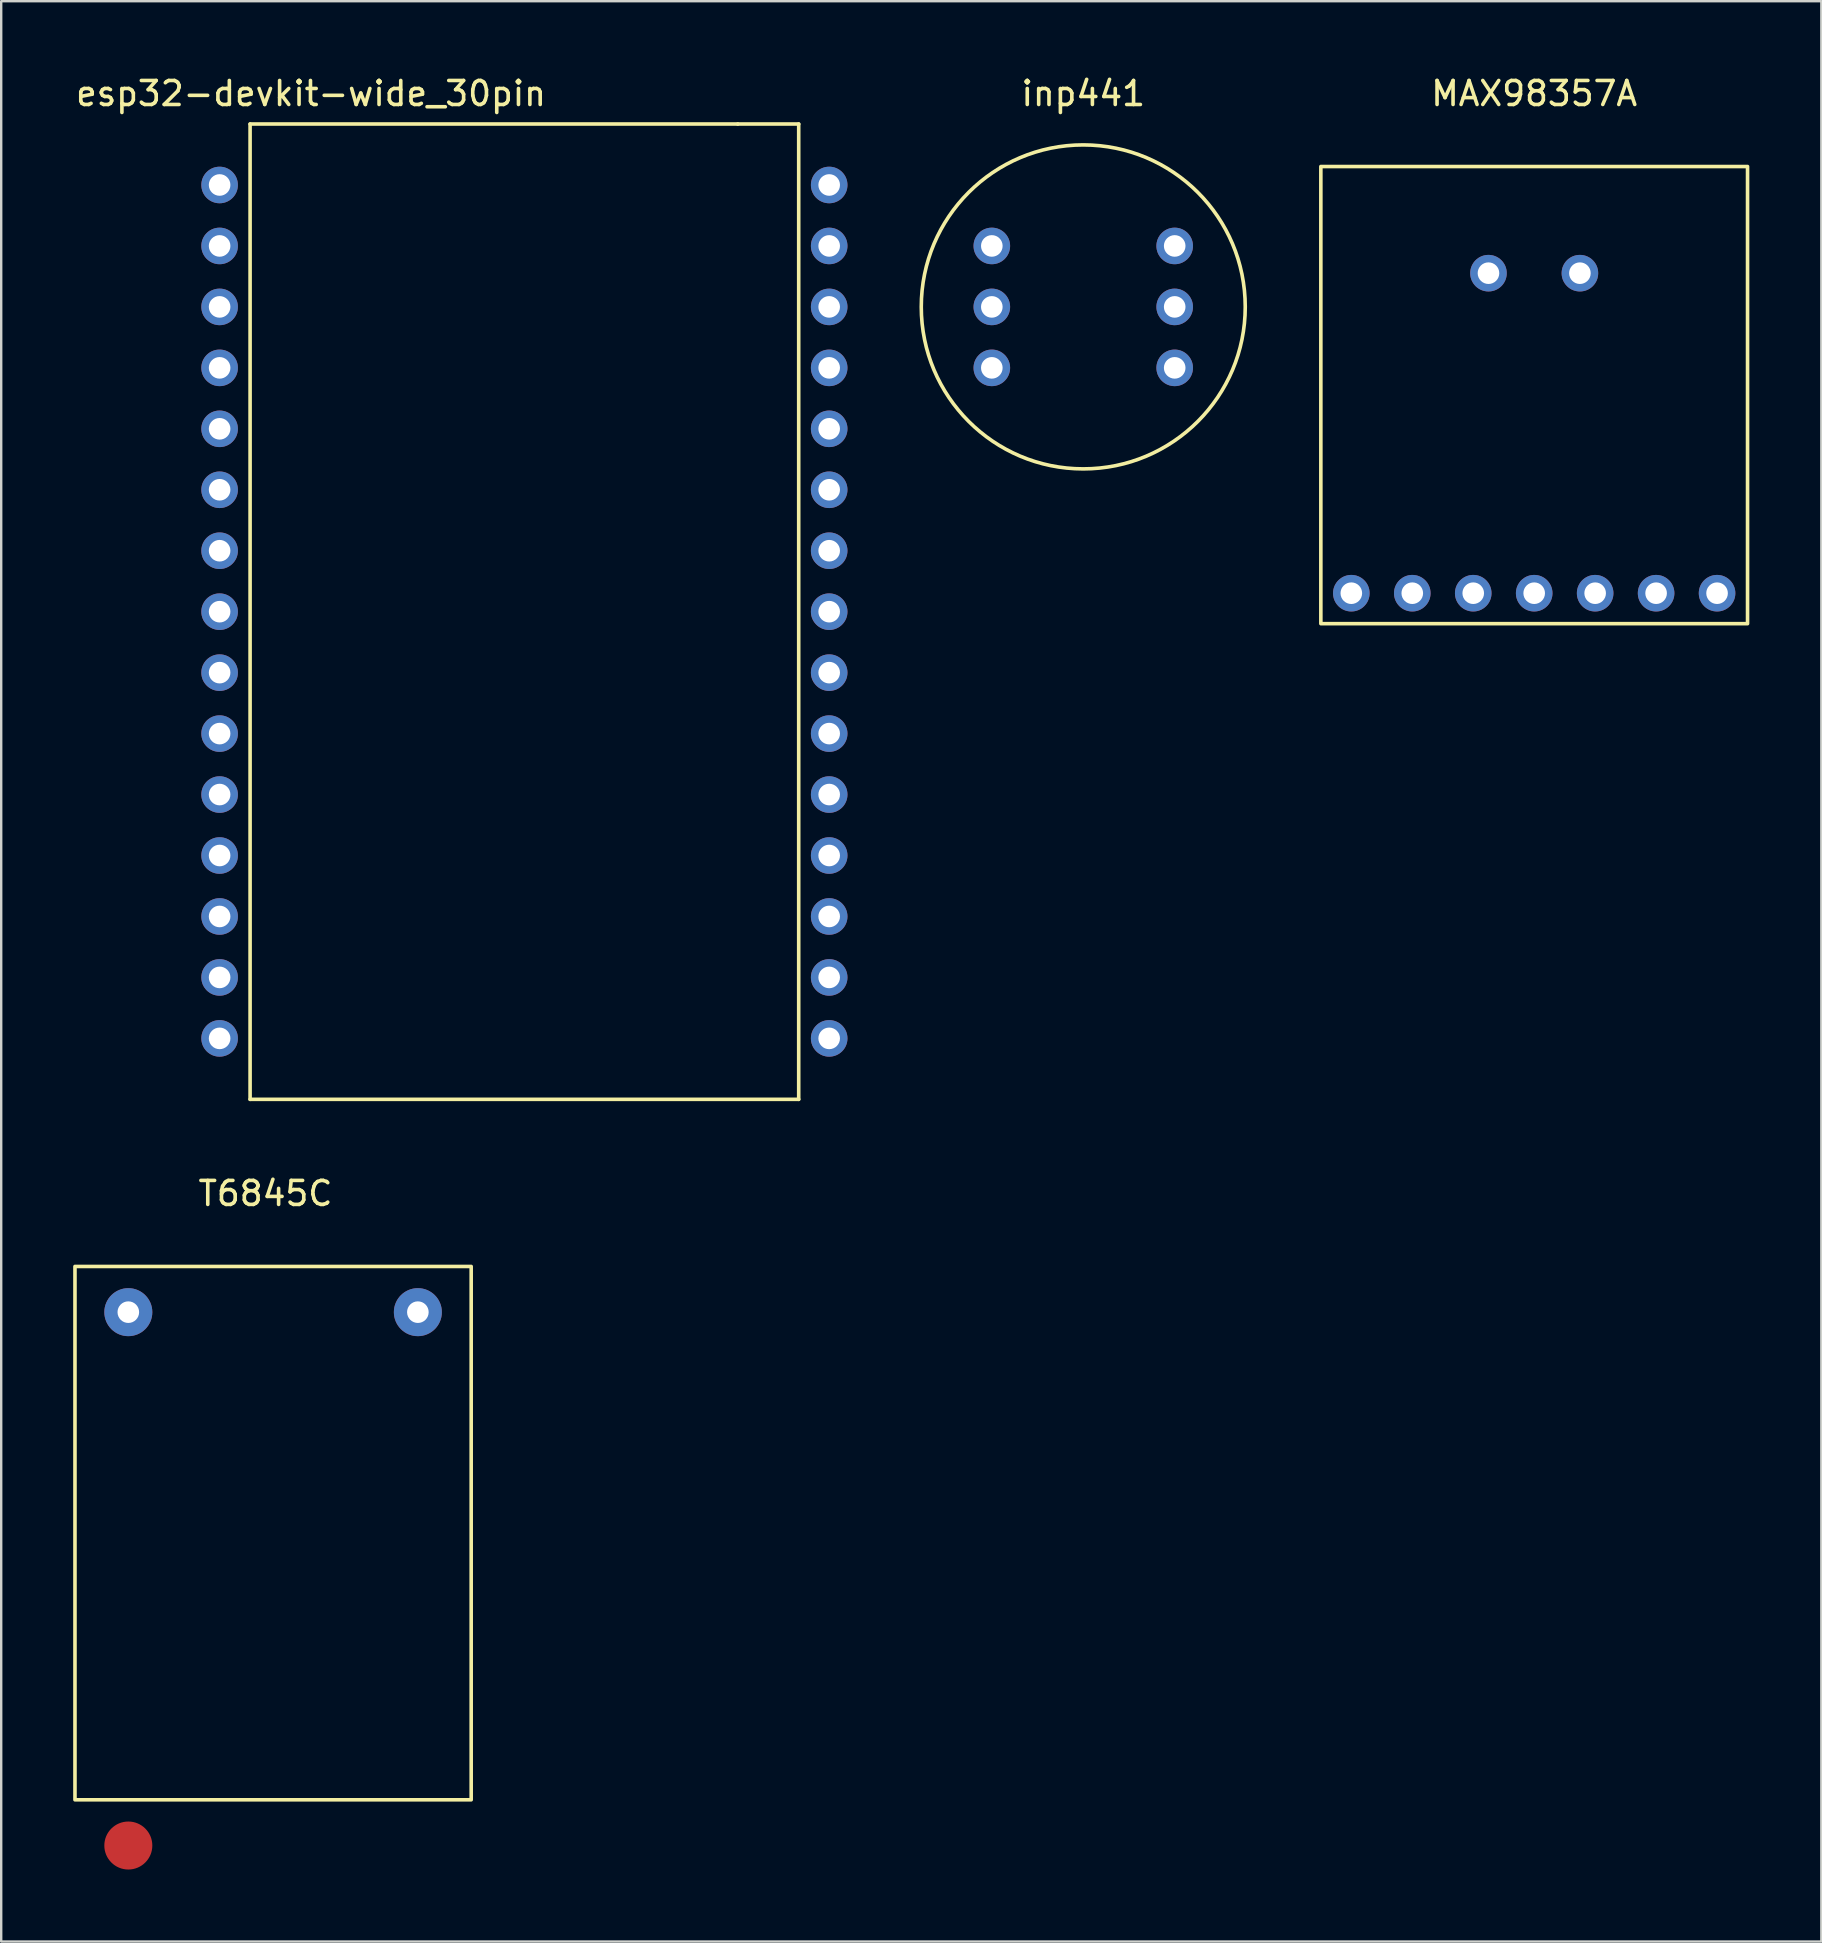
<source format=kicad_pcb>
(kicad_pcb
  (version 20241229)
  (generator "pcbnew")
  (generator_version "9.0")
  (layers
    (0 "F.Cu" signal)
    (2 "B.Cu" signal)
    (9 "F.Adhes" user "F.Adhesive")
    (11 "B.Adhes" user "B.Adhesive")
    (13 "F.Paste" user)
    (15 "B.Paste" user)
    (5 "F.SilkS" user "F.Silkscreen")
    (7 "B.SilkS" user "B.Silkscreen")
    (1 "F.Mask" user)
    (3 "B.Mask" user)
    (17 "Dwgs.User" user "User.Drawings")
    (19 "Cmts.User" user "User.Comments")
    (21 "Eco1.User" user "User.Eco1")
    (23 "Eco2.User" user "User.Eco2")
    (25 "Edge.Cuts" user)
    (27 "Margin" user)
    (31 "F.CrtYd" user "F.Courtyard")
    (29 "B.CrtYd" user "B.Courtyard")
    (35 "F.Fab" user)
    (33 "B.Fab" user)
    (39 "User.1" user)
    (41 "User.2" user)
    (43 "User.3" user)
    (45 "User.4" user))
  (footprint "MAX98357A"
    (layer "F.Cu")
    (at 60.878 1.348)
    (property "Reference" "MAX98357A" (at 0 -0.5 0) (unlocked yes) (layer "F.SilkS") (effects (font (size 1 1) (thickness 0.15))))
    (attr through_hole)
    (fp_rect (start -8.89 21.59) (end 8.89 2.54) (stroke (width 0.15) (type solid)) (fill no) (layer "F.SilkS"))
    (pad "1" thru_hole circle (at -7.62 20.32) (size 1.524 1.524) (drill 0.9) (layers "*.Cu" "*.Mask"))
    (pad "2" thru_hole circle (at -5.08 20.32) (size 1.524 1.524) (drill 0.9) (layers "*.Cu" "*.Mask"))
    (pad "3" thru_hole circle (at -2.54 20.32) (size 1.524 1.524) (drill 0.9) (layers "*.Cu" "*.Mask"))
    (pad "4" thru_hole circle (at 0 20.32) (size 1.524 1.524) (drill 0.9) (layers "*.Cu" "*.Mask"))
    (pad "5" thru_hole circle (at 2.54 20.32) (size 1.524 1.524) (drill 0.9) (layers "*.Cu" "*.Mask"))
    (pad "6" thru_hole circle (at 5.08 20.32) (size 1.524 1.524) (drill 0.9) (layers "*.Cu" "*.Mask"))
    (pad "7" thru_hole circle (at 7.62 20.32) (size 1.524 1.524) (drill 0.9) (layers "*.Cu" "*.Mask"))
    (pad "8" thru_hole circle (at 1.905 6.985) (size 1.524 1.524) (drill 0.9) (layers "*.Cu" "*.Mask"))
    (pad "9" thru_hole circle (at -1.905 6.985) (size 1.524 1.524) (drill 0.9) (layers "*.Cu" "*.Mask")))
  (footprint "T6845C"
    (layer "F.Cu")
    (at 8.012 47.181)
    (property "Reference" "T6845C" (at 0 -0.5 0) (unlocked yes) (layer "F.SilkS") (effects (font (size 1 1) (thickness 0.15))))
    (attr through_hole)
    (fp_rect (start -7.938 2.54) (end 8.572 24.765) (stroke (width 0.15) (type solid)) (fill no) (layer "F.SilkS"))
    (pad "1" thru_hole circle (at -5.715 4.445) (size 2 2) (drill 0.9) (layers "*.Cu" "*.Mask"))
    (pad "2" thru_hole circle (at 6.35 4.445) (size 2 2) (drill 0.9) (layers "*.Cu" "*.Mask"))
    (pad "3" smd circle (at -5.715 26.67) (size 2 2) (layers "F.Cu" "F.Mask" "F.Paste")))
  (footprint "inp441"
    (layer "F.Cu")
    (at 40.818 2.118)
    (property "Reference" "inp441" (at 1.27 -1.27 0) (unlocked yes) (layer "F.SilkS") (effects (font (size 1 1) (thickness 0.15))))
    (attr smd)
    (fp_circle (center 1.27 7.62) (end 8.02 7.62) (stroke (width 0.15) (type solid)) (fill no) (layer "F.SilkS"))
    (pad "1" thru_hole circle (at -2.54 5.08) (size 1.524 1.524) (drill 0.9) (layers "*.Cu" "*.Mask"))
    (pad "2" thru_hole circle (at -2.54 7.62) (size 1.524 1.524) (drill 0.9) (layers "*.Cu" "*.Mask"))
    (pad "3" thru_hole circle (at -2.54 10.16) (size 1.524 1.524) (drill 0.9) (layers "*.Cu" "*.Mask"))
    (pad "4" thru_hole circle (at 5.08 10.16) (size 1.524 1.524) (drill 0.9) (layers "*.Cu" "*.Mask"))
    (pad "5" thru_hole circle (at 5.08 7.62) (size 1.524 1.524) (drill 0.9) (layers "*.Cu" "*.Mask"))
    (pad "6" thru_hole circle (at 5.08 5.08) (size 1.524 1.524) (drill 0.9) (layers "*.Cu" "*.Mask")))
  (footprint "esp32-devkit-wide_30pin"
    (layer "F.Cu")
    (at 21.341 2.118)
    (property "Reference" "esp32-devkit-wide_30pin" (at -11.43 -1.27 0) (layer "F.SilkS") (effects (font (size 1 1) (thickness 0.15))))
    (attr through_hole)
    (fp_line (start -13.97 0) (end -13.97 40.64) (stroke (width 0.15) (type solid)) (layer "F.SilkS"))
    (fp_line (start -13.97 40.64) (end 8.89 40.64) (stroke (width 0.15) (type solid)) (layer "F.SilkS"))
    (fp_line (start 6.35 0) (end -13.97 0) (stroke (width 0.15) (type solid)) (layer "F.SilkS"))
    (fp_line (start 6.35 0) (end 8.89 0) (stroke (width 0.15) (type solid)) (layer "F.SilkS"))
    (fp_line (start 8.89 0) (end 8.89 40.64) (stroke (width 0.15) (type solid)) (layer "F.SilkS"))
    (pad "1" thru_hole circle (at -15.24 2.54) (size 1.524 1.524) (drill 0.9) (layers "*.Cu" "*.Mask"))
    (pad "2" thru_hole circle (at -15.24 5.08) (size 1.524 1.524) (drill 0.9) (layers "*.Cu" "*.Mask"))
    (pad "3" thru_hole circle (at -15.24 7.62) (size 1.524 1.524) (drill 0.9) (layers "*.Cu" "*.Mask"))
    (pad "4" thru_hole circle (at -15.24 10.16) (size 1.524 1.524) (drill 0.9) (layers "*.Cu" "*.Mask"))
    (pad "5" thru_hole circle (at -15.24 12.7) (size 1.524 1.524) (drill 0.9) (layers "*.Cu" "*.Mask"))
    (pad "6" thru_hole circle (at -15.24 15.24) (size 1.524 1.524) (drill 0.9) (layers "*.Cu" "*.Mask"))
    (pad "7" thru_hole circle (at -15.24 17.78) (size 1.524 1.524) (drill 0.9) (layers "*.Cu" "*.Mask"))
    (pad "8" thru_hole circle (at -15.24 20.32) (size 1.524 1.524) (drill 0.9) (layers "*.Cu" "*.Mask"))
    (pad "9" thru_hole circle (at -15.24 22.86) (size 1.524 1.524) (drill 0.9) (layers "*.Cu" "*.Mask"))
    (pad "10" thru_hole circle (at -15.24 25.4) (size 1.524 1.524) (drill 0.9) (layers "*.Cu" "*.Mask"))
    (pad "11" thru_hole circle (at -15.24 27.94) (size 1.524 1.524) (drill 0.9) (layers "*.Cu" "*.Mask"))
    (pad "12" thru_hole circle (at -15.24 30.48) (size 1.524 1.524) (drill 0.9) (layers "*.Cu" "*.Mask"))
    (pad "13" thru_hole circle (at -15.24 33.02) (size 1.524 1.524) (drill 0.9) (layers "*.Cu" "*.Mask"))
    (pad "14" thru_hole circle (at -15.24 35.56) (size 1.524 1.524) (drill 0.9) (layers "*.Cu" "*.Mask"))
    (pad "15" thru_hole circle (at -15.24 38.1) (size 1.524 1.524) (drill 0.9) (layers "*.Cu" "*.Mask"))
    (pad "16" thru_hole circle (at 10.16 38.1) (size 1.524 1.524) (drill 0.9) (layers "*.Cu" "*.Mask"))
    (pad "17" thru_hole circle (at 10.16 35.56) (size 1.524 1.524) (drill 0.9) (layers "*.Cu" "*.Mask"))
    (pad "18" thru_hole circle (at 10.16 33.02) (size 1.524 1.524) (drill 0.9) (layers "*.Cu" "*.Mask"))
    (pad "19" thru_hole circle (at 10.16 30.48) (size 1.524 1.524) (drill 0.9) (layers "*.Cu" "*.Mask"))
    (pad "20" thru_hole circle (at 10.16 27.94) (size 1.524 1.524) (drill 0.9) (layers "*.Cu" "*.Mask"))
    (pad "21" thru_hole circle (at 10.16 25.4) (size 1.524 1.524) (drill 0.9) (layers "*.Cu" "*.Mask"))
    (pad "22" thru_hole circle (at 10.16 22.86) (size 1.524 1.524) (drill 0.9) (layers "*.Cu" "*.Mask"))
    (pad "23" thru_hole circle (at 10.16 20.32) (size 1.524 1.524) (drill 0.9) (layers "*.Cu" "*.Mask"))
    (pad "24" thru_hole circle (at 10.16 17.78) (size 1.524 1.524) (drill 0.9) (layers "*.Cu" "*.Mask"))
    (pad "25" thru_hole circle (at 10.16 15.24) (size 1.524 1.524) (drill 0.9) (layers "*.Cu" "*.Mask"))
    (pad "26" thru_hole circle (at 10.16 12.7) (size 1.524 1.524) (drill 0.9) (layers "*.Cu" "*.Mask"))
    (pad "27" thru_hole circle (at 10.16 10.16) (size 1.524 1.524) (drill 0.9) (layers "*.Cu" "*.Mask"))
    (pad "28" thru_hole circle (at 10.16 7.62) (size 1.524 1.524) (drill 0.9) (layers "*.Cu" "*.Mask"))
    (pad "29" thru_hole circle (at 10.16 5.08) (size 1.524 1.524) (drill 0.9) (layers "*.Cu" "*.Mask"))
    (pad "30" thru_hole circle (at 10.16 2.54) (size 1.524 1.524) (drill 0.9) (layers "*.Cu" "*.Mask")))
  (gr_rect
    (start -3 -3)
    (end 72.843 77.852)
    (stroke (width 0.1) (type default))
    (fill no)
    (layer "Edge.Cuts")))
</source>
